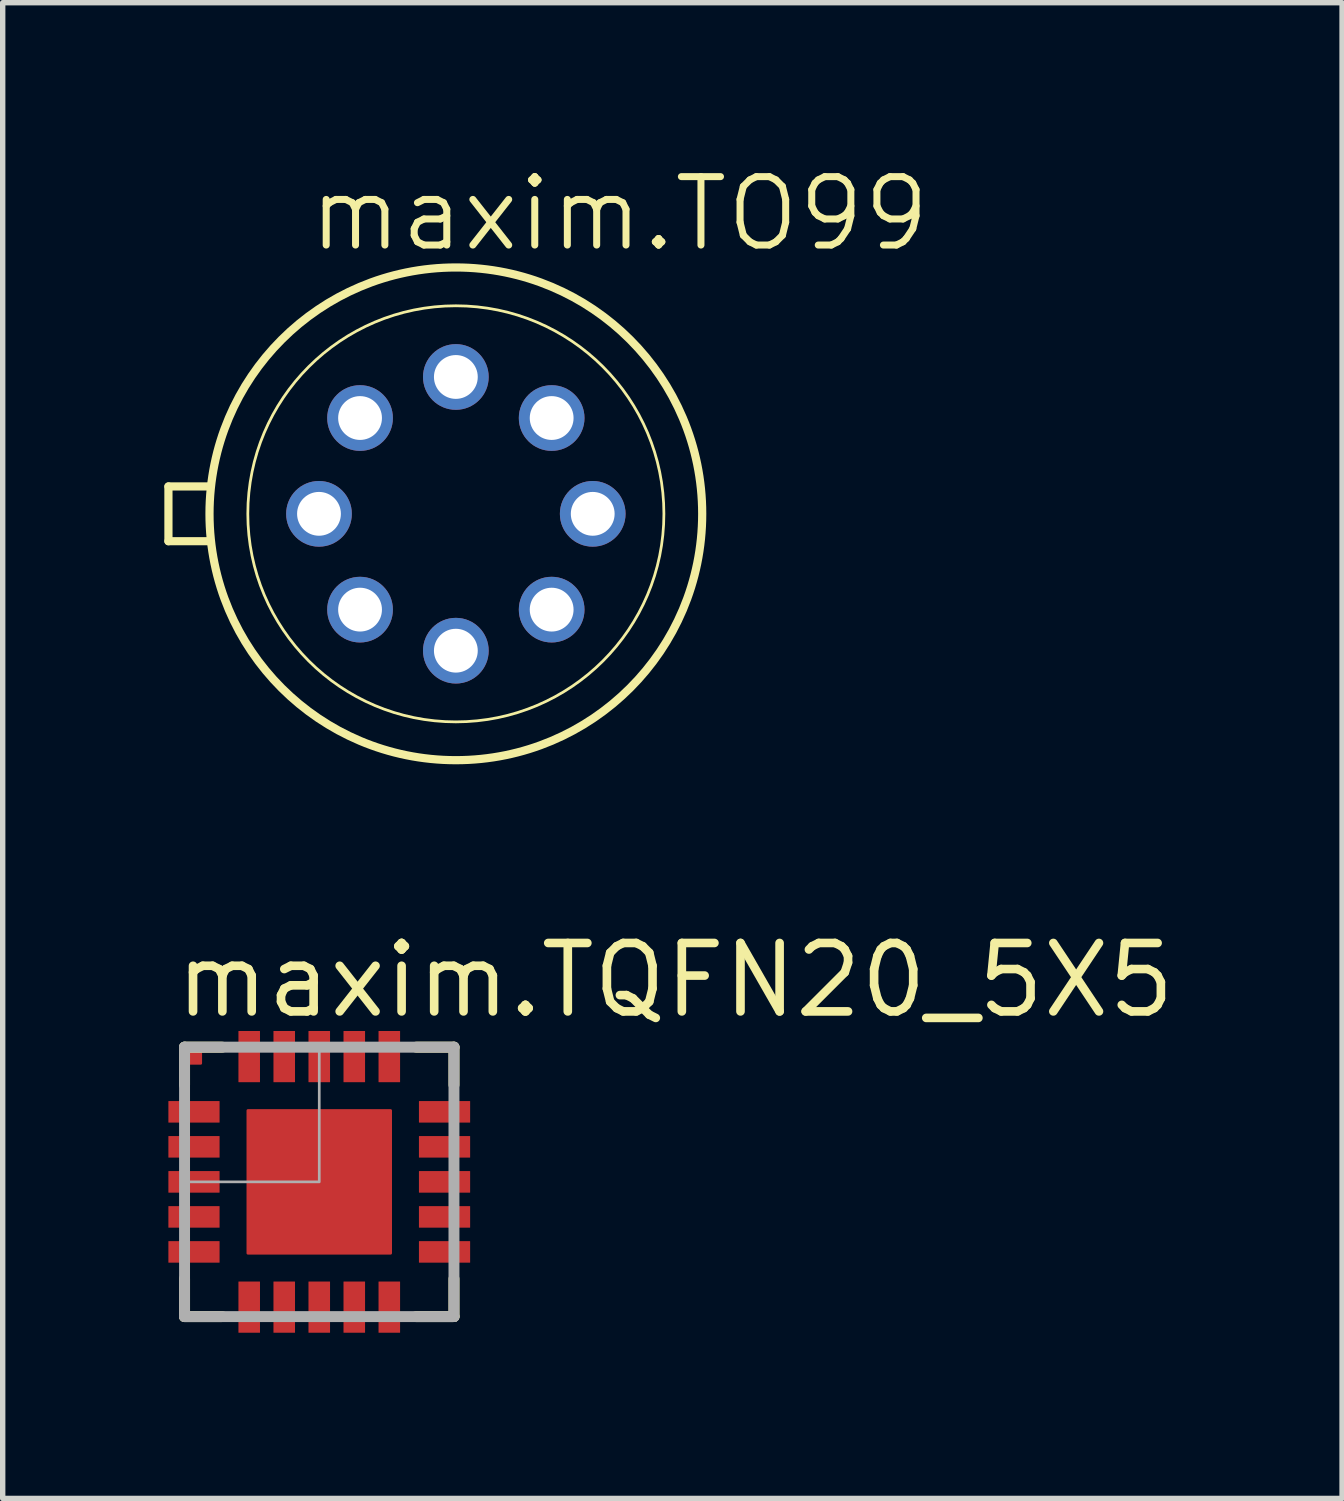
<source format=kicad_pcb>
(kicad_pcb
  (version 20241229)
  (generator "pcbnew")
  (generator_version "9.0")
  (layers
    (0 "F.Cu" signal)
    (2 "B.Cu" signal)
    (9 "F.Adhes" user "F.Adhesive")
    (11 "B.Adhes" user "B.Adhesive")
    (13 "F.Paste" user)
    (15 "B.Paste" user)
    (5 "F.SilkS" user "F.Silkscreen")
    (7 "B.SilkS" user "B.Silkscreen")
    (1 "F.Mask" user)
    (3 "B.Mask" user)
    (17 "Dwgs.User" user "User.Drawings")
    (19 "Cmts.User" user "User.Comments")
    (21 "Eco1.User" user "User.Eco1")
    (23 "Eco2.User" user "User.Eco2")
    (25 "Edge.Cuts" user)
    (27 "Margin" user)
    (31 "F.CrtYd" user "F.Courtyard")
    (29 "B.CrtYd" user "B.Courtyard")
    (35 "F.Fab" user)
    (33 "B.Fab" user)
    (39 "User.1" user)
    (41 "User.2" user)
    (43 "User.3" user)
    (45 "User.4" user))
  (footprint "maxim.TQFN20_5X5"
    (layer "F.Cu")
    (at 2.875 18.884)
    (property "Reference" "maxim.TQFN20_5X5" (at -2.75 -3 0) (layer "F.SilkS") (effects (font (size 1.27 1.27) (thickness 0.16)) (justify left bottom)))
    (attr smd)
    (fp_rect (start -2.4 -2.2) (end -2.2 -2.4) (stroke (width 0.05) (type default)) (fill yes) (layer "F.Cu"))
    (fp_rect (start -2.85 -1.05) (end -1.8 -1.55) (stroke (width 0.05) (type default)) (fill yes) (layer "F.Mask"))
    (fp_rect (start -2.85 -0.4) (end -1.8 -0.9) (stroke (width 0.05) (type default)) (fill yes) (layer "F.Mask"))
    (fp_rect (start -2.85 0.25) (end -1.8 -0.25) (stroke (width 0.05) (type default)) (fill yes) (layer "F.Mask"))
    (fp_rect (start -2.85 0.9) (end -1.8 0.4) (stroke (width 0.05) (type default)) (fill yes) (layer "F.Mask"))
    (fp_rect (start -2.85 1.55) (end -1.8 1.05) (stroke (width 0.05) (type default)) (fill yes) (layer "F.Mask"))
    (fp_rect (start -1.55 -1.8) (end -1.05 -2.85) (stroke (width 0.05) (type default)) (fill yes) (layer "F.Mask"))
    (fp_rect (start -1.55 2.85) (end -1.05 1.8) (stroke (width 0.05) (type default)) (fill yes) (layer "F.Mask"))
    (fp_rect (start -0.9 -1.8) (end -0.4 -2.85) (stroke (width 0.05) (type default)) (fill yes) (layer "F.Mask"))
    (fp_rect (start -0.9 2.85) (end -0.4 1.8) (stroke (width 0.05) (type default)) (fill yes) (layer "F.Mask"))
    (fp_rect (start -0.25 -1.8) (end 0.25 -2.85) (stroke (width 0.05) (type default)) (fill yes) (layer "F.Mask"))
    (fp_rect (start -0.25 2.85) (end 0.25 1.8) (stroke (width 0.05) (type default)) (fill yes) (layer "F.Mask"))
    (fp_rect (start 0.4 -1.8) (end 0.9 -2.85) (stroke (width 0.05) (type default)) (fill yes) (layer "F.Mask"))
    (fp_rect (start 0.4 2.85) (end 0.9 1.8) (stroke (width 0.05) (type default)) (fill yes) (layer "F.Mask"))
    (fp_rect (start 1.05 -1.8) (end 1.55 -2.85) (stroke (width 0.05) (type default)) (fill yes) (layer "F.Mask"))
    (fp_rect (start 1.05 2.85) (end 1.55 1.8) (stroke (width 0.05) (type default)) (fill yes) (layer "F.Mask"))
    (fp_rect (start 1.8 -1.05) (end 2.85 -1.55) (stroke (width 0.05) (type default)) (fill yes) (layer "F.Mask"))
    (fp_rect (start 1.8 -0.4) (end 2.85 -0.9) (stroke (width 0.05) (type default)) (fill yes) (layer "F.Mask"))
    (fp_rect (start 1.8 0.25) (end 2.85 -0.25) (stroke (width 0.05) (type default)) (fill yes) (layer "F.Mask"))
    (fp_rect (start 1.8 0.9) (end 2.85 0.4) (stroke (width 0.05) (type default)) (fill yes) (layer "F.Mask"))
    (fp_rect (start 1.8 1.55) (end 2.85 1.05) (stroke (width 0.05) (type default)) (fill yes) (layer "F.Mask"))
    (fp_poly (pts (xy -1.3 -1.1) (xy -1.1 -1.3) (xy 1.3 -1.3) (xy 1.3 1.3) (xy -1.3 1.3)) (stroke (width 0.2) (type default)) (fill yes) (layer "F.Mask"))
    (fp_line (start -2.5 -2.5) (end -1.8 -2.5) (stroke (width 0.203) (type default)) (layer "F.SilkS"))
    (fp_line (start -2.5 -1.8) (end -2.5 -2.5) (stroke (width 0.203) (type default)) (layer "F.SilkS"))
    (fp_line (start -2.5 2.5) (end -2.5 1.8) (stroke (width 0.203) (type default)) (layer "F.SilkS"))
    (fp_line (start -1.8 2.5) (end -2.5 2.5) (stroke (width 0.203) (type default)) (layer "F.SilkS"))
    (fp_line (start 1.8 -2.5) (end 2.5 -2.5) (stroke (width 0.203) (type default)) (layer "F.SilkS"))
    (fp_line (start 2.5 -2.5) (end 2.5 -1.8) (stroke (width 0.203) (type default)) (layer "F.SilkS"))
    (fp_line (start 2.5 1.8) (end 2.5 2.5) (stroke (width 0.203) (type default)) (layer "F.SilkS"))
    (fp_line (start 2.5 2.5) (end 1.8 2.5) (stroke (width 0.203) (type default)) (layer "F.SilkS"))
    (fp_rect (start -2.775 -1.125) (end -1.875 -1.475) (stroke (width 0.05) (type default)) (fill yes) (layer "F.Paste"))
    (fp_rect (start -2.775 -0.475) (end -1.875 -0.825) (stroke (width 0.05) (type default)) (fill yes) (layer "F.Paste"))
    (fp_rect (start -2.775 0.175) (end -1.875 -0.175) (stroke (width 0.05) (type default)) (fill yes) (layer "F.Paste"))
    (fp_rect (start -2.775 0.825) (end -1.875 0.475) (stroke (width 0.05) (type default)) (fill yes) (layer "F.Paste"))
    (fp_rect (start -2.775 1.475) (end -1.875 1.125) (stroke (width 0.05) (type default)) (fill yes) (layer "F.Paste"))
    (fp_rect (start -1.475 -1.875) (end -1.125 -2.775) (stroke (width 0.05) (type default)) (fill yes) (layer "F.Paste"))
    (fp_rect (start -1.475 2.775) (end -1.125 1.875) (stroke (width 0.05) (type default)) (fill yes) (layer "F.Paste"))
    (fp_rect (start -1.25 -0.25) (end -0.25 -1.25) (stroke (width 0.05) (type default)) (fill yes) (layer "F.Paste"))
    (fp_rect (start -1.25 1.25) (end -0.25 0.25) (stroke (width 0.05) (type default)) (fill yes) (layer "F.Paste"))
    (fp_rect (start -0.825 -1.875) (end -0.475 -2.775) (stroke (width 0.05) (type default)) (fill yes) (layer "F.Paste"))
    (fp_rect (start -0.825 2.775) (end -0.475 1.875) (stroke (width 0.05) (type default)) (fill yes) (layer "F.Paste"))
    (fp_rect (start -0.175 -1.875) (end 0.175 -2.775) (stroke (width 0.05) (type default)) (fill yes) (layer "F.Paste"))
    (fp_rect (start -0.175 2.775) (end 0.175 1.875) (stroke (width 0.05) (type default)) (fill yes) (layer "F.Paste"))
    (fp_rect (start 0.25 -0.25) (end 1.25 -1.25) (stroke (width 0.05) (type default)) (fill yes) (layer "F.Paste"))
    (fp_rect (start 0.25 1.25) (end 1.25 0.25) (stroke (width 0.05) (type default)) (fill yes) (layer "F.Paste"))
    (fp_rect (start 0.475 -1.875) (end 0.825 -2.775) (stroke (width 0.05) (type default)) (fill yes) (layer "F.Paste"))
    (fp_rect (start 0.475 2.775) (end 0.825 1.875) (stroke (width 0.05) (type default)) (fill yes) (layer "F.Paste"))
    (fp_rect (start 1.125 -1.875) (end 1.475 -2.775) (stroke (width 0.05) (type default)) (fill yes) (layer "F.Paste"))
    (fp_rect (start 1.125 2.775) (end 1.475 1.875) (stroke (width 0.05) (type default)) (fill yes) (layer "F.Paste"))
    (fp_rect (start 1.875 -1.125) (end 2.775 -1.475) (stroke (width 0.05) (type default)) (fill yes) (layer "F.Paste"))
    (fp_rect (start 1.875 -0.475) (end 2.775 -0.825) (stroke (width 0.05) (type default)) (fill yes) (layer "F.Paste"))
    (fp_rect (start 1.875 0.175) (end 2.775 -0.175) (stroke (width 0.05) (type default)) (fill yes) (layer "F.Paste"))
    (fp_rect (start 1.875 0.825) (end 2.775 0.475) (stroke (width 0.05) (type default)) (fill yes) (layer "F.Paste"))
    (fp_rect (start 1.875 1.475) (end 2.775 1.125) (stroke (width 0.05) (type default)) (fill yes) (layer "F.Paste"))
    (fp_line (start -2.5 -2.5) (end 2.5 -2.5) (stroke (width 0.203) (type default)) (layer "F.Fab"))
    (fp_line (start -2.5 2.5) (end -2.5 -2.5) (stroke (width 0.203) (type default)) (layer "F.Fab"))
    (fp_line (start 2.5 -2.5) (end 2.5 2.5) (stroke (width 0.203) (type default)) (layer "F.Fab"))
    (fp_line (start 2.5 2.5) (end -2.5 2.5) (stroke (width 0.203) (type default)) (layer "F.Fab"))
    (fp_rect (start -2.5 0) (end 0 -2.5) (stroke (width 0.05) (type default)) (fill no) (layer "F.Fab"))
    (pad "1" smd roundrect (at -2.325 -1.3) (size 0.95 0.4) (layers "F.Cu" "F.Mask" "F.Paste") (roundrect_rratio 0.01))
    (pad "2" smd roundrect (at -2.325 -0.65) (size 0.95 0.4) (layers "F.Cu" "F.Mask" "F.Paste") (roundrect_rratio 0.01))
    (pad "3" smd roundrect (at -2.325 0) (size 0.95 0.4) (layers "F.Cu" "F.Mask" "F.Paste") (roundrect_rratio 0.01))
    (pad "4" smd roundrect (at -2.325 0.65) (size 0.95 0.4) (layers "F.Cu" "F.Mask" "F.Paste") (roundrect_rratio 0.01))
    (pad "5" smd roundrect (at -2.325 1.3) (size 0.95 0.4) (layers "F.Cu" "F.Mask" "F.Paste") (roundrect_rratio 0.01))
    (pad "6" smd roundrect (at -1.3 2.325 90) (size 0.95 0.4) (layers "F.Cu" "F.Mask" "F.Paste") (roundrect_rratio 0.01))
    (pad "7" smd roundrect (at -0.65 2.325 90) (size 0.95 0.4) (layers "F.Cu" "F.Mask" "F.Paste") (roundrect_rratio 0.01))
    (pad "8" smd roundrect (at 0 2.325 90) (size 0.95 0.4) (layers "F.Cu" "F.Mask" "F.Paste") (roundrect_rratio 0.01))
    (pad "9" smd roundrect (at 0.65 2.325 90) (size 0.95 0.4) (layers "F.Cu" "F.Mask" "F.Paste") (roundrect_rratio 0.01))
    (pad "10" smd roundrect (at 1.3 2.325 90) (size 0.95 0.4) (layers "F.Cu" "F.Mask" "F.Paste") (roundrect_rratio 0.01))
    (pad "11" smd roundrect (at 2.325 1.3 180) (size 0.95 0.4) (layers "F.Cu" "F.Mask" "F.Paste") (roundrect_rratio 0.01))
    (pad "12" smd roundrect (at 2.325 0.65 180) (size 0.95 0.4) (layers "F.Cu" "F.Mask" "F.Paste") (roundrect_rratio 0.01))
    (pad "13" smd roundrect (at 2.325 0 180) (size 0.95 0.4) (layers "F.Cu" "F.Mask" "F.Paste") (roundrect_rratio 0.01))
    (pad "14" smd roundrect (at 2.325 -0.65 180) (size 0.95 0.4) (layers "F.Cu" "F.Mask" "F.Paste") (roundrect_rratio 0.01))
    (pad "15" smd roundrect (at 2.325 -1.3 180) (size 0.95 0.4) (layers "F.Cu" "F.Mask" "F.Paste") (roundrect_rratio 0.01))
    (pad "16" smd roundrect (at 1.3 -2.325 270) (size 0.95 0.4) (layers "F.Cu" "F.Mask" "F.Paste") (roundrect_rratio 0.01))
    (pad "17" smd roundrect (at 0.65 -2.325 270) (size 0.95 0.4) (layers "F.Cu" "F.Mask" "F.Paste") (roundrect_rratio 0.01))
    (pad "18" smd roundrect (at 0 -2.325 270) (size 0.95 0.4) (layers "F.Cu" "F.Mask" "F.Paste") (roundrect_rratio 0.01))
    (pad "19" smd roundrect (at -0.65 -2.325 270) (size 0.95 0.4) (layers "F.Cu" "F.Mask" "F.Paste") (roundrect_rratio 0.01))
    (pad "20" smd roundrect (at -1.3 -2.325 270) (size 0.95 0.4) (layers "F.Cu" "F.Mask" "F.Paste") (roundrect_rratio 0.01))
    (pad "EXP" smd roundrect (at 0 0) (size 2.7 2.7) (layers "F.Cu" "F.Mask" "F.Paste") (roundrect_rratio 0.01)))
  (footprint "maxim.TO99"
    (layer "F.Cu")
    (at 5.41 6.486)
    (property "Reference" "maxim.TO99" (at -2.794 -4.826 0) (layer "F.SilkS") (effects (font (size 1.27 1.27) (thickness 0.13)) (justify left bottom)))
    (attr through_hole)
    (fp_line (start -5.334 0.508) (end -5.334 -0.508) (stroke (width 0.152) (type default)) (layer "F.SilkS"))
    (fp_line (start -5.334 0.508) (end -4.572 0.508) (stroke (width 0.152) (type default)) (layer "F.SilkS"))
    (fp_line (start -4.572 -0.508) (end -5.334 -0.508) (stroke (width 0.152) (type default)) (layer "F.SilkS"))
    (fp_circle (center 0 0) (end 3.861 0) (stroke (width 0.051) (type default)) (fill no) (layer "F.SilkS"))
    (fp_circle (center 0 0) (end 4.572 0) (stroke (width 0.152) (type default)) (fill no) (layer "F.SilkS"))
    (pad "1" thru_hole circle (at -1.778 1.778) (size 1.219 1.219) (drill 0.813) (layers "*.Cu" "*.Mask"))
    (pad "2" thru_hole circle (at 0 2.54) (size 1.219 1.219) (drill 0.813) (layers "*.Cu" "*.Mask"))
    (pad "3" thru_hole circle (at 1.778 1.778) (size 1.219 1.219) (drill 0.813) (layers "*.Cu" "*.Mask"))
    (pad "4" thru_hole circle (at 2.54 0) (size 1.219 1.219) (drill 0.813) (layers "*.Cu" "*.Mask"))
    (pad "5" thru_hole circle (at 1.778 -1.778) (size 1.219 1.219) (drill 0.813) (layers "*.Cu" "*.Mask"))
    (pad "6" thru_hole circle (at 0 -2.54) (size 1.219 1.219) (drill 0.813) (layers "*.Cu" "*.Mask"))
    (pad "7" thru_hole circle (at -1.778 -1.778) (size 1.219 1.219) (drill 0.813) (layers "*.Cu" "*.Mask"))
    (pad "8" thru_hole circle (at -2.54 0) (size 1.219 1.219) (drill 0.813) (layers "*.Cu" "*.Mask")))
  (gr_rect
    (start -3 -3)
    (end 21.857 24.759)
    (stroke (width 0.1) (type default))
    (fill no)
    (layer "Edge.Cuts")))
</source>
